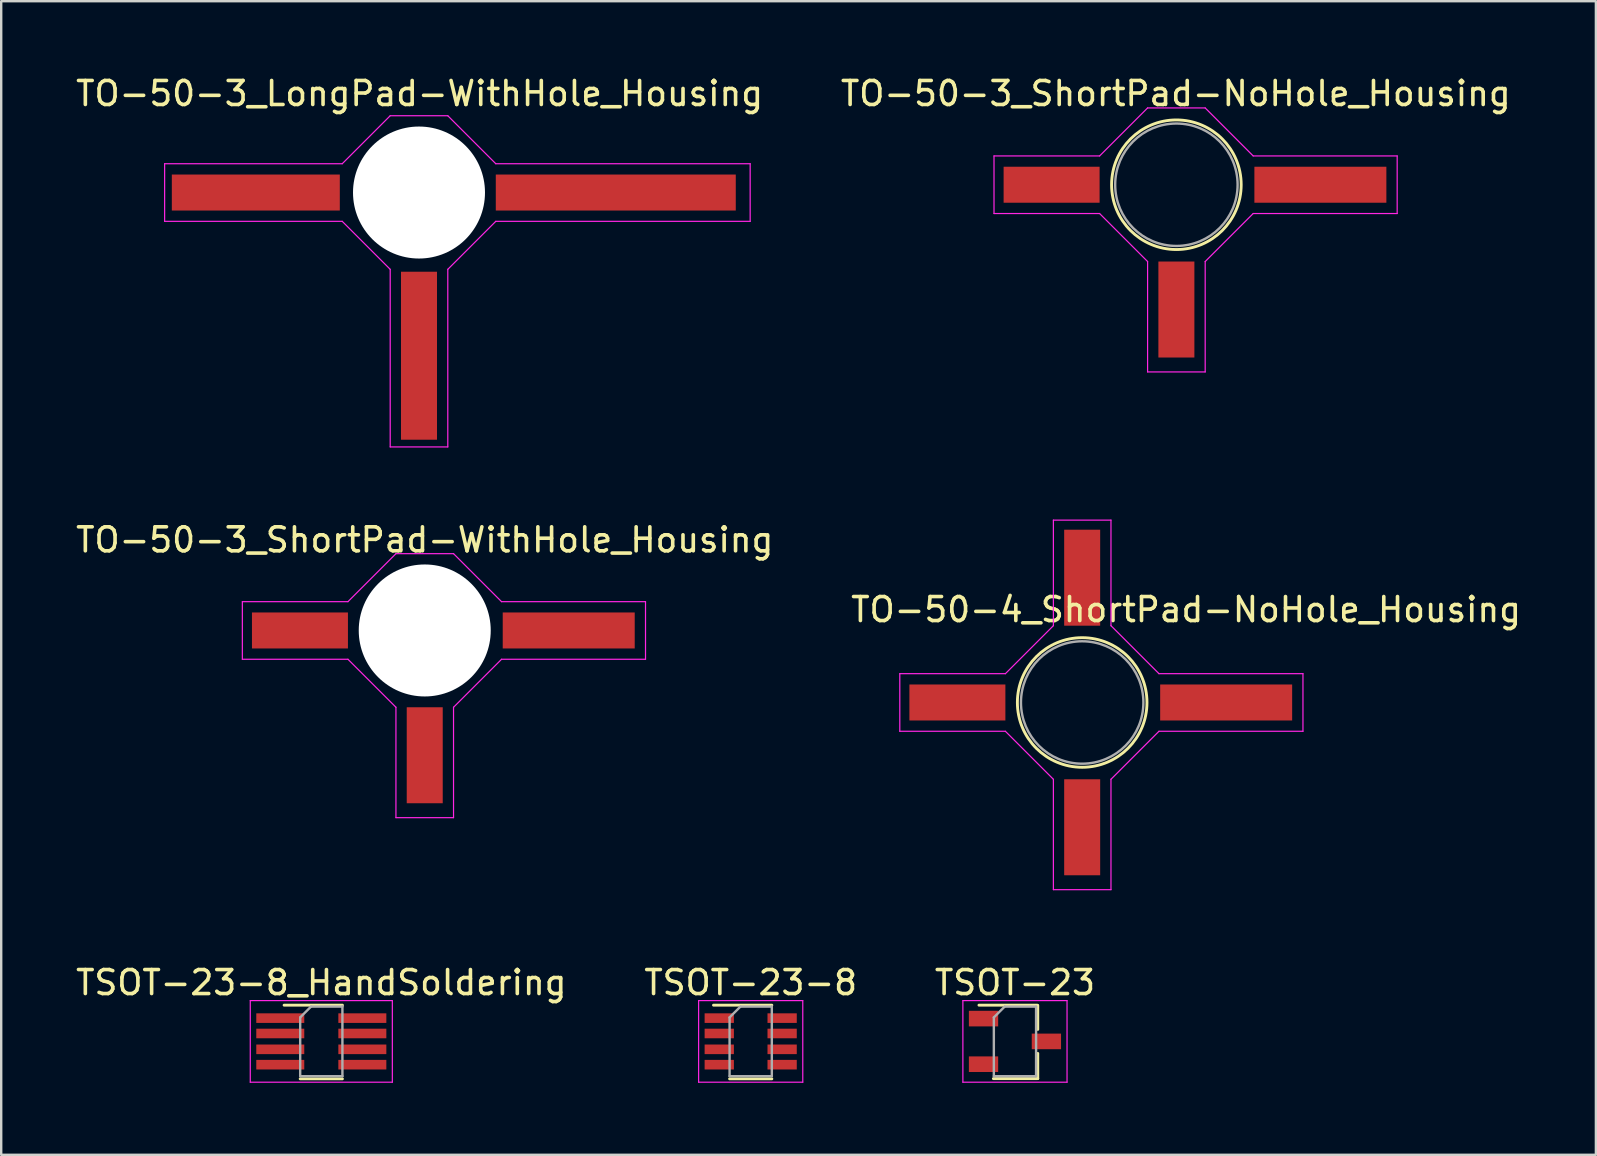
<source format=kicad_pcb>
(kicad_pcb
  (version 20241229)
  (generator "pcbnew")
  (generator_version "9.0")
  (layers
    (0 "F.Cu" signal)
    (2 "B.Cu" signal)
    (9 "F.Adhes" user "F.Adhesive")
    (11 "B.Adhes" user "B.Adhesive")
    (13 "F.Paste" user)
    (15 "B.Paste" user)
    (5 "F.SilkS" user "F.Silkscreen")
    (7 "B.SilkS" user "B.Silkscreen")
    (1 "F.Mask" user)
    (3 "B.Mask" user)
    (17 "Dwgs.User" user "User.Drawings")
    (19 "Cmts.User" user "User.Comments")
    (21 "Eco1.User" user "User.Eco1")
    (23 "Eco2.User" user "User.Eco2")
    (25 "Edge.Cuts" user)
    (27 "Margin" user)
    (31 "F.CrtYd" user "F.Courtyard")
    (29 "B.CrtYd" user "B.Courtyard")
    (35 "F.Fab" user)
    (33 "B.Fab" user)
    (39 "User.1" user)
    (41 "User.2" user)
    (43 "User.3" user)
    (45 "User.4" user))
  (footprint "TO-50-3_ShortPad-NoHole_Housing"
    (layer "F.Cu")
    (at 46.371 7.248)
    (property "Reference" "TO-50-3_ShortPad-NoHole_Housing" (at -0.425 -6.4 0) (layer "F.SilkS") (effects (font (size 1 1) (thickness 0.15))))
    (attr smd)
    (fp_circle (center -0.4 -2.6) (end -0.4 -5.3) (stroke (width 0.12) (type solid)) (fill no) (layer "F.SilkS"))
    (fp_line (start -8 -1.4) (end -8 -3.8) (stroke (width 0.05) (type solid)) (layer "F.CrtYd"))
    (fp_line (start -8 -1.4) (end -3.6 -1.4) (stroke (width 0.05) (type solid)) (layer "F.CrtYd"))
    (fp_line (start -3.6 -3.8) (end -8 -3.8) (stroke (width 0.05) (type solid)) (layer "F.CrtYd"))
    (fp_line (start -3.6 -3.8) (end -1.6 -5.8) (stroke (width 0.05) (type solid)) (layer "F.CrtYd"))
    (fp_line (start -1.6 -5.8) (end 0.8 -5.8) (stroke (width 0.05) (type solid)) (layer "F.CrtYd"))
    (fp_line (start -1.6 0.6) (end -3.6 -1.4) (stroke (width 0.05) (type solid)) (layer "F.CrtYd"))
    (fp_line (start -1.6 5.2) (end -1.6 0.6) (stroke (width 0.05) (type solid)) (layer "F.CrtYd"))
    (fp_line (start 0.8 -5.8) (end 2.8 -3.8) (stroke (width 0.05) (type solid)) (layer "F.CrtYd"))
    (fp_line (start 0.8 0.6) (end 0.8 5.2) (stroke (width 0.05) (type solid)) (layer "F.CrtYd"))
    (fp_line (start 0.8 5.2) (end -1.6 5.2) (stroke (width 0.05) (type solid)) (layer "F.CrtYd"))
    (fp_line (start 2.8 -3.8) (end 8.8 -3.8) (stroke (width 0.05) (type solid)) (layer "F.CrtYd"))
    (fp_line (start 2.8 -1.4) (end 0.8 0.6) (stroke (width 0.05) (type solid)) (layer "F.CrtYd"))
    (fp_line (start 8.8 -3.8) (end 8.8 -1.4) (stroke (width 0.05) (type solid)) (layer "F.CrtYd"))
    (fp_line (start 8.8 -1.4) (end 2.8 -1.4) (stroke (width 0.05) (type solid)) (layer "F.CrtYd"))
    (fp_circle (center -0.4 -2.6) (end -0.35 -5.15) (stroke (width 0.1) (type solid)) (fill no) (layer "F.Fab"))
    (pad "1" smd rect (at -5.6 -2.6 270) (size 1.5 4) (layers "F.Cu" "F.Mask" "F.Paste"))
    (pad "2" smd rect (at -0.4 2.6 270) (size 4 1.5) (layers "F.Cu" "F.Mask" "F.Paste"))
    (pad "3" smd rect (at 5.6 -2.6 270) (size 1.5 5.5) (layers "F.Cu" "F.Mask" "F.Paste")))
  (footprint "TSOT-23-8_HandSoldering"
    (layer "F.Cu")
    (at 10.339 40.346)
    (property "Reference" "TSOT-23-8_HandSoldering" (at 0 -2.45 0) (layer "F.SilkS") (effects (font (size 1 1) (thickness 0.15))))
    (attr smd)
    (fp_line (start -0.88 1.56) (end 0.88 1.56) (stroke (width 0.12) (type solid)) (layer "F.SilkS"))
    (fp_line (start 0.88 -1.51) (end -1.55 -1.51) (stroke (width 0.12) (type solid)) (layer "F.SilkS"))
    (fp_line (start -2.96 -1.7) (end -2.96 1.7) (stroke (width 0.05) (type solid)) (layer "F.CrtYd"))
    (fp_line (start -2.96 -1.7) (end 2.96 -1.7) (stroke (width 0.05) (type solid)) (layer "F.CrtYd"))
    (fp_line (start 2.96 1.7) (end -2.96 1.7) (stroke (width 0.05) (type solid)) (layer "F.CrtYd"))
    (fp_line (start 2.96 1.7) (end 2.96 -1.7) (stroke (width 0.05) (type solid)) (layer "F.CrtYd"))
    (fp_line (start -0.88 -1) (end -0.88 1.45) (stroke (width 0.1) (type solid)) (layer "F.Fab"))
    (fp_line (start -0.88 -1) (end -0.43 -1.45) (stroke (width 0.1) (type solid)) (layer "F.Fab"))
    (fp_line (start 0.88 -1.45) (end -0.43 -1.45) (stroke (width 0.1) (type solid)) (layer "F.Fab"))
    (fp_line (start 0.88 -1.45) (end 0.88 1.45) (stroke (width 0.1) (type solid)) (layer "F.Fab"))
    (fp_line (start 0.88 1.45) (end -0.88 1.45) (stroke (width 0.1) (type solid)) (layer "F.Fab"))
    (pad "1" smd rect (at -1.71 -0.97) (size 2 0.4) (layers "F.Cu" "F.Mask" "F.Paste"))
    (pad "2" smd rect (at -1.71 -0.33) (size 2 0.4) (layers "F.Cu" "F.Mask" "F.Paste"))
    (pad "3" smd rect (at -1.71 0.33) (size 2 0.4) (layers "F.Cu" "F.Mask" "F.Paste"))
    (pad "4" smd rect (at -1.71 0.97) (size 2 0.4) (layers "F.Cu" "F.Mask" "F.Paste"))
    (pad "5" smd rect (at 1.71 0.97) (size 2 0.4) (layers "F.Cu" "F.Mask" "F.Paste"))
    (pad "6" smd rect (at 1.71 0.33) (size 2 0.4) (layers "F.Cu" "F.Mask" "F.Paste"))
    (pad "7" smd rect (at 1.71 -0.33) (size 2 0.4) (layers "F.Cu" "F.Mask" "F.Paste"))
    (pad "8" smd rect (at 1.71 -0.97) (size 2 0.4) (layers "F.Cu" "F.Mask" "F.Paste")))
  (footprint "TO-50-3_ShortPad-WithHole_Housing"
    (layer "F.Cu")
    (at 15.049 25.822)
    (property "Reference" "TO-50-3_ShortPad-WithHole_Housing" (at -0.4 -6.375 0) (layer "F.SilkS") (effects (font (size 1 1) (thickness 0.15))))
    (attr smd)
    (fp_line (start -8 -1.4) (end -8 -3.8) (stroke (width 0.05) (type solid)) (layer "F.CrtYd"))
    (fp_line (start -8 -1.4) (end -3.6 -1.4) (stroke (width 0.05) (type solid)) (layer "F.CrtYd"))
    (fp_line (start -3.6 -3.8) (end -8 -3.8) (stroke (width 0.05) (type solid)) (layer "F.CrtYd"))
    (fp_line (start -3.6 -3.8) (end -1.6 -5.8) (stroke (width 0.05) (type solid)) (layer "F.CrtYd"))
    (fp_line (start -1.6 -5.8) (end 0.8 -5.8) (stroke (width 0.05) (type solid)) (layer "F.CrtYd"))
    (fp_line (start -1.6 0.6) (end -3.6 -1.4) (stroke (width 0.05) (type solid)) (layer "F.CrtYd"))
    (fp_line (start -1.6 5.2) (end -1.6 0.6) (stroke (width 0.05) (type solid)) (layer "F.CrtYd"))
    (fp_line (start 0.8 -5.8) (end 2.8 -3.8) (stroke (width 0.05) (type solid)) (layer "F.CrtYd"))
    (fp_line (start 0.8 0.6) (end 0.8 5.2) (stroke (width 0.05) (type solid)) (layer "F.CrtYd"))
    (fp_line (start 0.8 5.2) (end -1.6 5.2) (stroke (width 0.05) (type solid)) (layer "F.CrtYd"))
    (fp_line (start 2.8 -3.8) (end 8.8 -3.8) (stroke (width 0.05) (type solid)) (layer "F.CrtYd"))
    (fp_line (start 2.8 -1.4) (end 0.8 0.6) (stroke (width 0.05) (type solid)) (layer "F.CrtYd"))
    (fp_line (start 8.8 -3.8) (end 8.8 -1.4) (stroke (width 0.05) (type solid)) (layer "F.CrtYd"))
    (fp_line (start 8.8 -1.4) (end 2.8 -1.4) (stroke (width 0.05) (type solid)) (layer "F.CrtYd"))
    (fp_circle (center -0.4 -2.6) (end -0.35 -5.15) (stroke (width 0.1) (type solid)) (fill no) (layer "F.Fab"))
    (pad "" np_thru_hole circle (at -0.4 -2.6 270) (size 5.5 5.5) (drill 5.5) (layers "*.Cu" "*.Mask"))
    (pad "1" smd rect (at -5.6 -2.6 270) (size 1.5 4) (layers "F.Cu" "F.Mask" "F.Paste"))
    (pad "2" smd rect (at -0.4 2.6 270) (size 4 1.5) (layers "F.Cu" "F.Mask" "F.Paste"))
    (pad "3" smd rect (at 5.6 -2.6 270) (size 1.5 5.5) (layers "F.Cu" "F.Mask" "F.Paste")))
  (footprint "TO-50-4_ShortPad-NoHole_Housing"
    (layer "F.Cu")
    (at 42.445 26.223)
    (property "Reference" "TO-50-4_ShortPad-NoHole_Housing" (at 3.93 -3.87 0) (layer "F.SilkS") (effects (font (size 1 1) (thickness 0.15))))
    (attr smd)
    (fp_circle (center -0.4 0) (end -0.4 -2.7) (stroke (width 0.12) (type solid)) (fill no) (layer "F.SilkS"))
    (fp_line (start -8 -1.2) (end -3.6 -1.2) (stroke (width 0.05) (type solid)) (layer "F.CrtYd"))
    (fp_line (start -8 1.2) (end -8 -1.2) (stroke (width 0.05) (type solid)) (layer "F.CrtYd"))
    (fp_line (start -3.6 -1.2) (end -1.6 -3.2) (stroke (width 0.05) (type solid)) (layer "F.CrtYd"))
    (fp_line (start -3.6 1.2) (end -8 1.2) (stroke (width 0.05) (type solid)) (layer "F.CrtYd"))
    (fp_line (start -1.6 -7.6) (end 0.8 -7.6) (stroke (width 0.05) (type solid)) (layer "F.CrtYd"))
    (fp_line (start -1.6 -3.2) (end -1.6 -7.6) (stroke (width 0.05) (type solid)) (layer "F.CrtYd"))
    (fp_line (start -1.6 3.2) (end -3.6 1.2) (stroke (width 0.05) (type solid)) (layer "F.CrtYd"))
    (fp_line (start -1.6 7.8) (end -1.6 3.2) (stroke (width 0.05) (type solid)) (layer "F.CrtYd"))
    (fp_line (start 0.8 -7.6) (end 0.8 -3.2) (stroke (width 0.05) (type solid)) (layer "F.CrtYd"))
    (fp_line (start 0.8 -3.2) (end 2.8 -1.2) (stroke (width 0.05) (type solid)) (layer "F.CrtYd"))
    (fp_line (start 0.8 3.2) (end 0.8 7.8) (stroke (width 0.05) (type solid)) (layer "F.CrtYd"))
    (fp_line (start 0.8 7.8) (end -1.6 7.8) (stroke (width 0.05) (type solid)) (layer "F.CrtYd"))
    (fp_line (start 2.8 -1.2) (end 8.8 -1.2) (stroke (width 0.05) (type solid)) (layer "F.CrtYd"))
    (fp_line (start 2.8 1.2) (end 0.8 3.2) (stroke (width 0.05) (type solid)) (layer "F.CrtYd"))
    (fp_line (start 8.8 -1.2) (end 8.8 1.2) (stroke (width 0.05) (type solid)) (layer "F.CrtYd"))
    (fp_line (start 8.8 1.2) (end 2.8 1.2) (stroke (width 0.05) (type solid)) (layer "F.CrtYd"))
    (fp_circle (center -0.4 0) (end -0.35 -2.55) (stroke (width 0.1) (type solid)) (fill no) (layer "F.Fab"))
    (pad "1" smd rect (at -5.6 0 270) (size 1.5 4) (layers "F.Cu" "F.Mask" "F.Paste"))
    (pad "2" smd rect (at -0.4 5.2 270) (size 4 1.5) (layers "F.Cu" "F.Mask" "F.Paste"))
    (pad "3" smd rect (at 5.6 0 270) (size 1.5 5.5) (layers "F.Cu" "F.Mask" "F.Paste"))
    (pad "4" smd rect (at -0.4 -5.2 270) (size 4 1.5) (layers "F.Cu" "F.Mask" "F.Paste")))
  (footprint "TSOT-23-8"
    (layer "F.Cu")
    (at 28.232 40.346)
    (property "Reference" "TSOT-23-8" (at 0 -2.45 0) (layer "F.SilkS") (effects (font (size 1 1) (thickness 0.15))))
    (attr smd)
    (fp_line (start -0.88 1.56) (end 0.88 1.56) (stroke (width 0.12) (type solid)) (layer "F.SilkS"))
    (fp_line (start 0.88 -1.51) (end -1.55 -1.51) (stroke (width 0.12) (type solid)) (layer "F.SilkS"))
    (fp_line (start -2.17 -1.7) (end -2.17 1.7) (stroke (width 0.05) (type solid)) (layer "F.CrtYd"))
    (fp_line (start -2.17 -1.7) (end 2.17 -1.7) (stroke (width 0.05) (type solid)) (layer "F.CrtYd"))
    (fp_line (start 2.17 1.7) (end -2.17 1.7) (stroke (width 0.05) (type solid)) (layer "F.CrtYd"))
    (fp_line (start 2.17 1.7) (end 2.17 -1.7) (stroke (width 0.05) (type solid)) (layer "F.CrtYd"))
    (fp_line (start -0.88 -1) (end -0.88 1.45) (stroke (width 0.1) (type solid)) (layer "F.Fab"))
    (fp_line (start -0.88 -1) (end -0.43 -1.45) (stroke (width 0.1) (type solid)) (layer "F.Fab"))
    (fp_line (start 0.88 -1.45) (end -0.43 -1.45) (stroke (width 0.1) (type solid)) (layer "F.Fab"))
    (fp_line (start 0.88 -1.45) (end 0.88 1.45) (stroke (width 0.1) (type solid)) (layer "F.Fab"))
    (fp_line (start 0.88 1.45) (end -0.88 1.45) (stroke (width 0.1) (type solid)) (layer "F.Fab"))
    (pad "1" smd rect (at -1.31 -0.97) (size 1.22 0.4) (layers "F.Cu" "F.Mask" "F.Paste"))
    (pad "2" smd rect (at -1.31 -0.33) (size 1.22 0.4) (layers "F.Cu" "F.Mask" "F.Paste"))
    (pad "3" smd rect (at -1.31 0.33) (size 1.22 0.4) (layers "F.Cu" "F.Mask" "F.Paste"))
    (pad "4" smd rect (at -1.31 0.97) (size 1.22 0.4) (layers "F.Cu" "F.Mask" "F.Paste"))
    (pad "5" smd rect (at 1.31 0.97) (size 1.22 0.4) (layers "F.Cu" "F.Mask" "F.Paste"))
    (pad "6" smd rect (at 1.31 0.33) (size 1.22 0.4) (layers "F.Cu" "F.Mask" "F.Paste"))
    (pad "7" smd rect (at 1.31 -0.33) (size 1.22 0.4) (layers "F.Cu" "F.Mask" "F.Paste"))
    (pad "8" smd rect (at 1.31 -0.97) (size 1.22 0.4) (layers "F.Cu" "F.Mask" "F.Paste")))
  (footprint "TSOT-23"
    (layer "F.Cu")
    (at 39.244 40.346)
    (property "Reference" "TSOT-23" (at 0 -2.45 0) (layer "F.SilkS") (effects (font (size 1 1) (thickness 0.15))))
    (attr smd)
    (fp_line (start 0.93 -1.51) (end -1.5 -1.51) (stroke (width 0.12) (type solid)) (layer "F.SilkS"))
    (fp_line (start 0.95 -1.5) (end 0.95 -0.5) (stroke (width 0.12) (type solid)) (layer "F.SilkS"))
    (fp_line (start 0.95 0.5) (end 0.95 1.55) (stroke (width 0.12) (type solid)) (layer "F.SilkS"))
    (fp_line (start 0.95 1.55) (end -0.9 1.55) (stroke (width 0.12) (type solid)) (layer "F.SilkS"))
    (fp_line (start -2.17 -1.7) (end -2.17 1.7) (stroke (width 0.05) (type solid)) (layer "F.CrtYd"))
    (fp_line (start -2.17 -1.7) (end 2.17 -1.7) (stroke (width 0.05) (type solid)) (layer "F.CrtYd"))
    (fp_line (start 2.17 1.7) (end -2.17 1.7) (stroke (width 0.05) (type solid)) (layer "F.CrtYd"))
    (fp_line (start 2.17 1.7) (end 2.17 -1.7) (stroke (width 0.05) (type solid)) (layer "F.CrtYd"))
    (fp_line (start -0.88 -1) (end -0.88 1.45) (stroke (width 0.1) (type solid)) (layer "F.Fab"))
    (fp_line (start -0.88 -1) (end -0.43 -1.45) (stroke (width 0.1) (type solid)) (layer "F.Fab"))
    (fp_line (start 0.88 -1.45) (end -0.43 -1.45) (stroke (width 0.1) (type solid)) (layer "F.Fab"))
    (fp_line (start 0.88 -1.45) (end 0.88 1.45) (stroke (width 0.1) (type solid)) (layer "F.Fab"))
    (fp_line (start 0.88 1.45) (end -0.88 1.45) (stroke (width 0.1) (type solid)) (layer "F.Fab"))
    (pad "1" smd rect (at -1.31 -0.95) (size 1.22 0.65) (layers "F.Cu" "F.Mask" "F.Paste"))
    (pad "2" smd rect (at -1.31 0.95) (size 1.22 0.65) (layers "F.Cu" "F.Mask" "F.Paste"))
    (pad "3" smd rect (at 1.31 0) (size 1.22 0.65) (layers "F.Cu" "F.Mask" "F.Paste")))
  (footprint "TO-50-3_LongPad-WithHole_Housing"
    (layer "F.Cu")
    (at 15.11 8.373)
    (property "Reference" "TO-50-3_LongPad-WithHole_Housing" (at -0.675 -7.525 0) (layer "F.SilkS") (effects (font (size 1 1) (thickness 0.15))))
    (attr smd)
    (fp_line (start -11.3 -4.6) (end -3.9 -4.6) (stroke (width 0.05) (type solid)) (layer "F.CrtYd"))
    (fp_line (start -11.3 -2.2) (end -11.3 -4.6) (stroke (width 0.05) (type solid)) (layer "F.CrtYd"))
    (fp_line (start -3.9 -4.6) (end -1.9 -6.6) (stroke (width 0.05) (type solid)) (layer "F.CrtYd"))
    (fp_line (start -3.9 -2.2) (end -11.3 -2.2) (stroke (width 0.05) (type solid)) (layer "F.CrtYd"))
    (fp_line (start -1.9 -6.6) (end 0.5 -6.6) (stroke (width 0.05) (type solid)) (layer "F.CrtYd"))
    (fp_line (start -1.9 -0.2) (end -3.9 -2.2) (stroke (width 0.05) (type solid)) (layer "F.CrtYd"))
    (fp_line (start -1.9 7.2) (end -1.9 -0.2) (stroke (width 0.05) (type solid)) (layer "F.CrtYd"))
    (fp_line (start 0.5 -6.6) (end 2.5 -4.6) (stroke (width 0.05) (type solid)) (layer "F.CrtYd"))
    (fp_line (start 0.5 -0.2) (end 0.5 7.2) (stroke (width 0.05) (type solid)) (layer "F.CrtYd"))
    (fp_line (start 0.5 7.2) (end -1.9 7.2) (stroke (width 0.05) (type solid)) (layer "F.CrtYd"))
    (fp_line (start 2.5 -4.6) (end 13.1 -4.6) (stroke (width 0.05) (type solid)) (layer "F.CrtYd"))
    (fp_line (start 2.5 -2.2) (end 0.5 -0.2) (stroke (width 0.05) (type solid)) (layer "F.CrtYd"))
    (fp_line (start 13.1 -4.6) (end 13.1 -2.2) (stroke (width 0.05) (type solid)) (layer "F.CrtYd"))
    (fp_line (start 13.1 -2.2) (end 2.5 -2.2) (stroke (width 0.05) (type solid)) (layer "F.CrtYd"))
    (fp_circle (center -0.7 -3.4) (end -0.65 -5.95) (stroke (width 0.1) (type solid)) (fill no) (layer "F.Fab"))
    (pad "" np_thru_hole circle (at -0.7 -3.4 270) (size 5.5 5.5) (drill 5.5) (layers "*.Cu" "*.Mask"))
    (pad "1" smd rect (at -7.5 -3.4 270) (size 1.5 7) (layers "F.Cu" "F.Mask" "F.Paste"))
    (pad "2" smd rect (at -0.7 3.4 270) (size 7 1.5) (layers "F.Cu" "F.Mask" "F.Paste"))
    (pad "3" smd rect (at 7.5 -3.4 270) (size 1.5 10) (layers "F.Cu" "F.Mask" "F.Paste")))
  (gr_rect
    (start -3 -3)
    (end 63.452 45.072)
    (stroke (width 0.1) (type default))
    (fill no)
    (layer "Edge.Cuts")))
</source>
